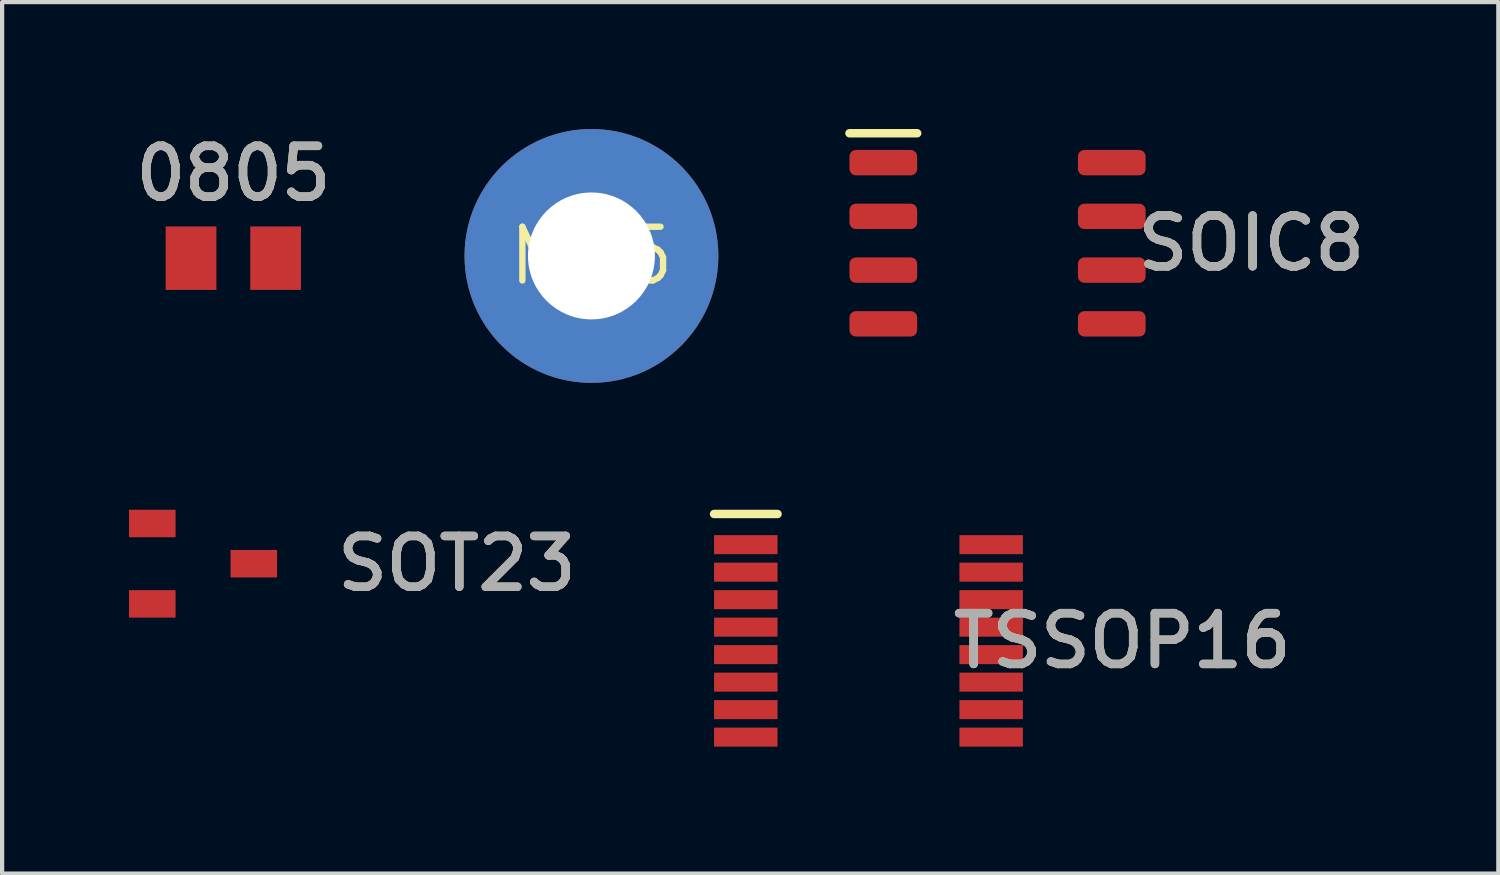
<source format=kicad_pcb>
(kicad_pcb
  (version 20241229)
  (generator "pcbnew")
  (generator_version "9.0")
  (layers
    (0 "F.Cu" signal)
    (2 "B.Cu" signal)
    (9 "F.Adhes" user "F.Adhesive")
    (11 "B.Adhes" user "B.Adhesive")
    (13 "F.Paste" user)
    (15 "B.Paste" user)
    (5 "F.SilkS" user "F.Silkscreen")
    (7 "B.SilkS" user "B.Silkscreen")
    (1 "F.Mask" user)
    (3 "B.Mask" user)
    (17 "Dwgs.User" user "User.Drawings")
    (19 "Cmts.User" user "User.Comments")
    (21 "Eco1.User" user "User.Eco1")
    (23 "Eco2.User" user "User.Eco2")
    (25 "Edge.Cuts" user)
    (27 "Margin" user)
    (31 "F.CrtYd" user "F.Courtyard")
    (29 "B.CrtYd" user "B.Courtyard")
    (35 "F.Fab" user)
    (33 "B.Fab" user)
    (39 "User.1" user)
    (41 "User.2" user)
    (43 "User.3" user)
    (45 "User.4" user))
  (footprint "SOT23"
    (layer "F.Cu")
    (at 1.75 10.275)
    (property "Reference" "SOT23" (at 6 0 0) (layer "F.SilkS") (effects (font (size 1.2 1.2) (thickness 0.2))))
    (attr smd)
    (fp_text user "${REFERENCE}" (at 6 0 0) (layer "F.Fab") (effects (font (size 1.2 1.2) (thickness 0.2))))
    (pad "1" smd rect (at -1.2 -0.95 90) (size 0.65 1.1) (layers "F.Cu" "F.Mask" "F.Paste"))
    (pad "2" smd rect (at -1.2 0.95 90) (size 0.65 1.1) (layers "F.Cu" "F.Mask" "F.Paste"))
    (pad "3" smd rect (at 1.2 0 90) (size 0.65 1.1) (layers "F.Cu" "F.Mask" "F.Paste")))
  (footprint "TSSOP16"
    (layer "F.Cu")
    (at 17.48 12.1)
    (property "Reference" "TSSOP16" (at 6 0 0) (layer "F.SilkS") (effects (font (size 1.2 1.2) (thickness 0.2))))
    (attr smd)
    (fp_line (start -3.65 -3) (end -2.15 -3) (stroke (width 0.2) (type solid)) (layer "F.SilkS"))
    (fp_text user "${REFERENCE}" (at 6 0 0) (layer "F.Fab") (effects (font (size 1.2 1.2) (thickness 0.2))))
    (pad "1" smd rect (at -2.9 -2.275 90) (size 0.45 1.5) (layers "F.Cu" "F.Mask" "F.Paste"))
    (pad "2" smd rect (at -2.9 -1.625 90) (size 0.45 1.5) (layers "F.Cu" "F.Mask" "F.Paste"))
    (pad "3" smd rect (at -2.9 -0.975 90) (size 0.45 1.5) (layers "F.Cu" "F.Mask" "F.Paste"))
    (pad "4" smd rect (at -2.9 -0.325 90) (size 0.45 1.5) (layers "F.Cu" "F.Mask" "F.Paste"))
    (pad "5" smd rect (at -2.9 0.325 90) (size 0.45 1.5) (layers "F.Cu" "F.Mask" "F.Paste"))
    (pad "6" smd rect (at -2.9 0.975 90) (size 0.45 1.5) (layers "F.Cu" "F.Mask" "F.Paste"))
    (pad "7" smd rect (at -2.9 1.625 90) (size 0.45 1.5) (layers "F.Cu" "F.Mask" "F.Paste"))
    (pad "8" smd rect (at -2.9 2.275 90) (size 0.45 1.5) (layers "F.Cu" "F.Mask" "F.Paste"))
    (pad "9" smd rect (at 2.9 2.275 90) (size 0.45 1.5) (layers "F.Cu" "F.Mask" "F.Paste"))
    (pad "10" smd rect (at 2.9 1.625 90) (size 0.45 1.5) (layers "F.Cu" "F.Mask" "F.Paste"))
    (pad "11" smd rect (at 2.9 0.975 90) (size 0.45 1.5) (layers "F.Cu" "F.Mask" "F.Paste"))
    (pad "12" smd rect (at 2.9 0.325 90) (size 0.45 1.5) (layers "F.Cu" "F.Mask" "F.Paste"))
    (pad "13" smd rect (at 2.9 -0.325 90) (size 0.45 1.5) (layers "F.Cu" "F.Mask" "F.Paste"))
    (pad "14" smd rect (at 2.9 -0.975 90) (size 0.45 1.5) (layers "F.Cu" "F.Mask" "F.Paste"))
    (pad "15" smd rect (at 2.9 -1.625 90) (size 0.45 1.5) (layers "F.Cu" "F.Mask" "F.Paste"))
    (pad "16" smd rect (at 2.9 -2.275 90) (size 0.45 1.5) (layers "F.Cu" "F.Mask" "F.Paste")))
  (footprint "M25"
    (layer "F.Cu")
    (at 10.931 3)
    (property "Reference" "M25" (at 0 0 0) (layer "F.SilkS") (effects (font (size 1.27 1.27) (thickness 0.15))))
    (attr through_hole)
    (pad "1" thru_hole circle (at 0 0) (size 6 6) (drill 3) (layers "*.Cu" "*.Mask")))
  (footprint "SOIC8"
    (layer "F.Cu")
    (at 20.531 2.7)
    (property "Reference" "SOIC8" (at 6 0 0) (layer "F.SilkS") (effects (font (size 1.2 1.2) (thickness 0.2))))
    (attr smd)
    (fp_line (start -3.5 -2.6) (end -1.9 -2.6) (stroke (width 0.2) (type solid)) (layer "F.SilkS"))
    (fp_text user "${REFERENCE}" (at 6 0 0) (layer "F.Fab") (effects (font (size 1.2 1.2) (thickness 0.2))))
    (pad "1" smd roundrect (at -2.7 -1.905 90) (size 0.6 1.6) (layers "F.Cu" "F.Mask" "F.Paste") (roundrect_rratio 0.25))
    (pad "2" smd roundrect (at -2.7 -0.635 90) (size 0.6 1.6) (layers "F.Cu" "F.Mask" "F.Paste") (roundrect_rratio 0.25))
    (pad "3" smd roundrect (at -2.7 0.635 90) (size 0.6 1.6) (layers "F.Cu" "F.Mask" "F.Paste") (roundrect_rratio 0.25))
    (pad "4" smd roundrect (at -2.7 1.905 90) (size 0.6 1.6) (layers "F.Cu" "F.Mask" "F.Paste") (roundrect_rratio 0.25))
    (pad "5" smd roundrect (at 2.7 1.905 90) (size 0.6 1.6) (layers "F.Cu" "F.Mask" "F.Paste") (roundrect_rratio 0.25))
    (pad "6" smd roundrect (at 2.7 0.635 90) (size 0.6 1.6) (layers "F.Cu" "F.Mask" "F.Paste") (roundrect_rratio 0.25))
    (pad "7" smd roundrect (at 2.7 -0.635 90) (size 0.6 1.6) (layers "F.Cu" "F.Mask" "F.Paste") (roundrect_rratio 0.25))
    (pad "8" smd roundrect (at 2.7 -1.905 90) (size 0.6 1.6) (layers "F.Cu" "F.Mask" "F.Paste") (roundrect_rratio 0.25)))
  (footprint "0805"
    (layer "F.Cu")
    (at 2.466 3.053)
    (property "Reference" "0805" (at 0 -2 0) (layer "F.SilkS") (effects (font (size 1.2 1.2) (thickness 0.2))))
    (attr smd)
    (fp_text user "${REFERENCE}" (at 0 -2 0) (layer "F.Fab") (effects (font (size 1.2 1.2) (thickness 0.2))))
    (pad "1" smd rect (at -1 0) (size 1.2 1.5) (layers "F.Cu" "F.Mask" "F.Paste"))
    (pad "2" smd rect (at 1 0) (size 1.2 1.5) (layers "F.Cu" "F.Mask" "F.Paste")))
  (gr_rect
    (start -3 -3)
    (end 32.369 17.6)
    (stroke (width 0.1) (type default))
    (fill no)
    (layer "Edge.Cuts")))
</source>
